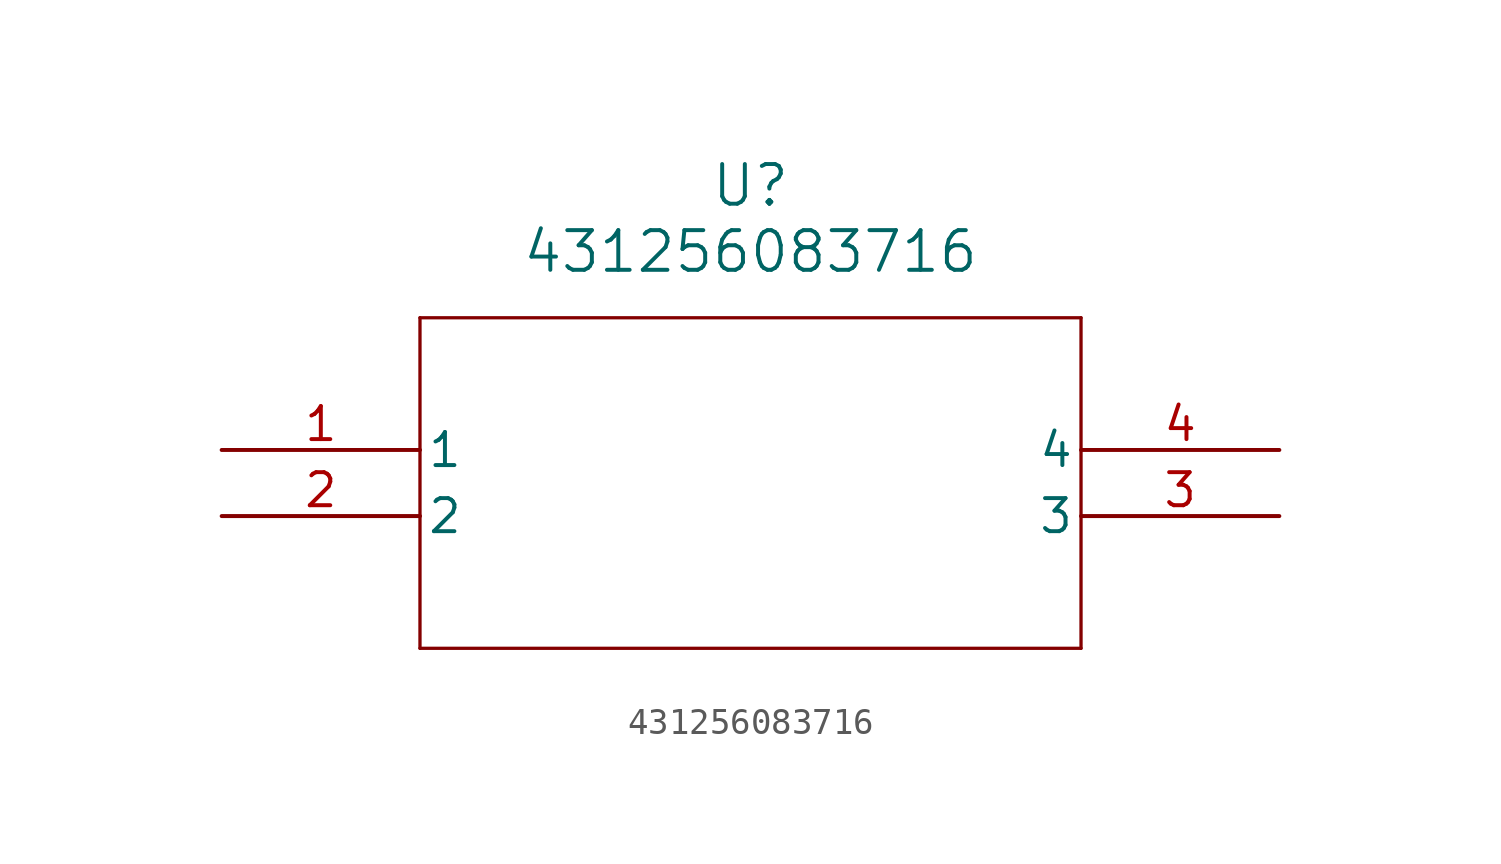
<source format=kicad_sym>
(kicad_symbol_lib
  (version 20211014)
  (generator kicad_symbol_editor)
  (symbol "431256083716"
    (pin_names
      (offset 0.254))
    (property "Reference" "U"
      (at 20.32 10.16 0)
      (effects (font (size 1.524 1.524))))
    (property "Value" "431256083716"
      (at 20.32 7.62 0)
      (effects (font (size 1.524 1.524))))
    (symbol "431256083716_0_1"
      (polyline (pts (xy 7.62 5.08) (xy 7.62 -7.62)) (stroke (width 0.127) (type default) (color 0 0 0 0)) (fill (type none)))
      (polyline (pts (xy 7.62 -7.62) (xy 33.02 -7.62)) (stroke (width 0.127) (type default) (color 0 0 0 0)) (fill (type none)))
      (polyline (pts (xy 33.02 -7.62) (xy 33.02 5.08)) (stroke (width 0.127) (type default) (color 0 0 0 0)) (fill (type none)))
      (polyline (pts (xy 33.02 5.08) (xy 7.62 5.08)) (stroke (width 0.127) (type default) (color 0 0 0 0)) (fill (type none)))
      (pin unspecified line (at 0 0 0) (length 7.62) (name "1" (effects (font (size 1.27 1.27)))) (number "1" (effects (font (size 1.27 1.27)))))
      (pin unspecified line (at 0 -2.54 0) (length 7.62) (name "2" (effects (font (size 1.27 1.27)))) (number "2" (effects (font (size 1.27 1.27)))))
      (pin unspecified line (at 40.64 -2.54 180) (length 7.62) (name "3" (effects (font (size 1.27 1.27)))) (number "3" (effects (font (size 1.27 1.27)))))
      (pin unspecified line (at 40.64 0 180) (length 7.62) (name "4" (effects (font (size 1.27 1.27)))) (number "4" (effects (font (size 1.27 1.27))))))))
</source>
